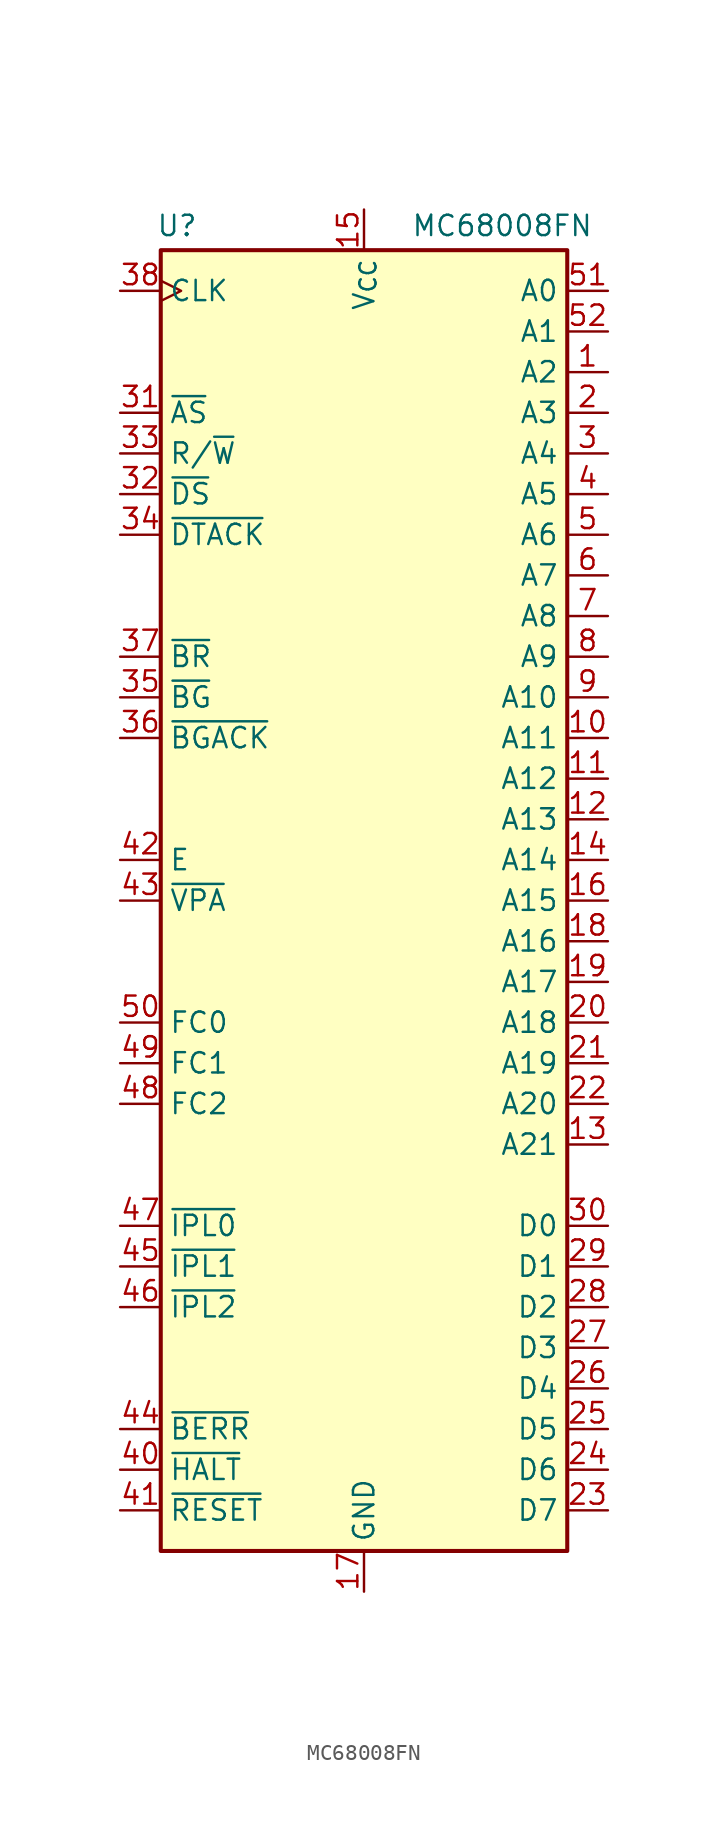
<source format=kicad_sym>
(kicad_symbol_lib
  (version 20241209)
  (generator "kicad_symbol_editor")
  (generator_version "9.0")
  (symbol "MC68008FN"
    (property "Reference" "U"
      (at -11.684 42.164 0)
      (effects (font (size 1.27 1.27))))
    (property "Value" "MC68008FN"
      (at 8.636 42.164 0)
      (effects (font (size 1.27 1.27))))
    (symbol "MC68008FN_0_1"
      (rectangle (start -12.7 40.64) (end 12.7 -40.64) (stroke (width 0.254) (type default)) (fill (type background))))
    (symbol "MC68008FN_1_1"
      (pin input clock (at -15.24 38.1 0) (length 2.54) (name "CLK" (effects (font (size 1.27 1.27)))) (number "38" (effects (font (size 1.27 1.27)))))
      (pin tri_state line (at -15.24 30.48 0) (length 2.54) (name "~{AS}" (effects (font (size 1.27 1.27)))) (number "31" (effects (font (size 1.27 1.27)))))
      (pin tri_state line (at -15.24 27.94 0) (length 2.54) (name "R/~{W}" (effects (font (size 1.27 1.27)))) (number "33" (effects (font (size 1.27 1.27)))))
      (pin tri_state line (at -15.24 25.4 0) (length 2.54) (name "~{DS}" (effects (font (size 1.27 1.27)))) (number "32" (effects (font (size 1.27 1.27)))))
      (pin input line (at -15.24 22.86 0) (length 2.54) (name "~{DTACK}" (effects (font (size 1.27 1.27)))) (number "34" (effects (font (size 1.27 1.27)))))
      (pin input line (at -15.24 15.24 0) (length 2.54) (name "~{BR}" (effects (font (size 1.27 1.27)))) (number "37" (effects (font (size 1.27 1.27)))))
      (pin output line (at -15.24 12.7 0) (length 2.54) (name "~{BG}" (effects (font (size 1.27 1.27)))) (number "35" (effects (font (size 1.27 1.27)))))
      (pin input line (at -15.24 10.16 0) (length 2.54) (name "~{BGACK}" (effects (font (size 1.27 1.27)))) (number "36" (effects (font (size 1.27 1.27)))))
      (pin output line (at -15.24 2.54 0) (length 2.54) (name "E" (effects (font (size 1.27 1.27)))) (number "42" (effects (font (size 1.27 1.27)))))
      (pin input line (at -15.24 0 0) (length 2.54) (name "~{VPA}" (effects (font (size 1.27 1.27)))) (number "43" (effects (font (size 1.27 1.27)))))
      (pin tri_state line (at -15.24 -7.62 0) (length 2.54) (name "FC0" (effects (font (size 1.27 1.27)))) (number "50" (effects (font (size 1.27 1.27)))))
      (pin tri_state line (at -15.24 -10.16 0) (length 2.54) (name "FC1" (effects (font (size 1.27 1.27)))) (number "49" (effects (font (size 1.27 1.27)))))
      (pin tri_state line (at -15.24 -12.7 0) (length 2.54) (name "FC2" (effects (font (size 1.27 1.27)))) (number "48" (effects (font (size 1.27 1.27)))))
      (pin input line (at -15.24 -20.32 0) (length 2.54) (name "~{IPL0}" (effects (font (size 1.27 1.27)))) (number "47" (effects (font (size 1.27 1.27)))))
      (pin input line (at -15.24 -22.86 0) (length 2.54) (name "~{IPL1}" (effects (font (size 1.27 1.27)))) (number "45" (effects (font (size 1.27 1.27)))))
      (pin input line (at -15.24 -25.4 0) (length 2.54) (name "~{IPL2}" (effects (font (size 1.27 1.27)))) (number "46" (effects (font (size 1.27 1.27)))))
      (pin input line (at -15.24 -33.02 0) (length 2.54) (name "~{BERR}" (effects (font (size 1.27 1.27)))) (number "44" (effects (font (size 1.27 1.27)))))
      (pin bidirectional line (at -15.24 -35.56 0) (length 2.54) (name "~{HALT}" (effects (font (size 1.27 1.27)))) (number "40" (effects (font (size 1.27 1.27)))))
      (pin bidirectional line (at -15.24 -38.1 0) (length 2.54) (name "~{RESET}" (effects (font (size 1.27 1.27)))) (number "41" (effects (font (size 1.27 1.27)))))
      (pin power_in line (at 0 43.18 270) (length 2.54) (name "V_{CC}" (effects (font (size 1.27 1.27)))) (number "15" (effects (font (size 1.27 1.27)))))
      (pin power_in line (at 0 -43.18 90) (length 2.54) (name "GND" (effects (font (size 1.27 1.27)))) (number "17" (effects (font (size 1.27 1.27)))))
      (pin passive line (at 0 -43.18 90) (length 2.54) (hide yes) (name "GND" (effects (font (size 1.27 1.27)))) (number "39" (effects (font (size 1.27 1.27)))))
      (pin tri_state line (at 15.24 38.1 180) (length 2.54) (name "A0" (effects (font (size 1.27 1.27)))) (number "51" (effects (font (size 1.27 1.27)))))
      (pin tri_state line (at 15.24 35.56 180) (length 2.54) (name "A1" (effects (font (size 1.27 1.27)))) (number "52" (effects (font (size 1.27 1.27)))))
      (pin tri_state line (at 15.24 33.02 180) (length 2.54) (name "A2" (effects (font (size 1.27 1.27)))) (number "1" (effects (font (size 1.27 1.27)))))
      (pin tri_state line (at 15.24 30.48 180) (length 2.54) (name "A3" (effects (font (size 1.27 1.27)))) (number "2" (effects (font (size 1.27 1.27)))))
      (pin tri_state line (at 15.24 27.94 180) (length 2.54) (name "A4" (effects (font (size 1.27 1.27)))) (number "3" (effects (font (size 1.27 1.27)))))
      (pin tri_state line (at 15.24 25.4 180) (length 2.54) (name "A5" (effects (font (size 1.27 1.27)))) (number "4" (effects (font (size 1.27 1.27)))))
      (pin tri_state line (at 15.24 22.86 180) (length 2.54) (name "A6" (effects (font (size 1.27 1.27)))) (number "5" (effects (font (size 1.27 1.27)))))
      (pin tri_state line (at 15.24 20.32 180) (length 2.54) (name "A7" (effects (font (size 1.27 1.27)))) (number "6" (effects (font (size 1.27 1.27)))))
      (pin tri_state line (at 15.24 17.78 180) (length 2.54) (name "A8" (effects (font (size 1.27 1.27)))) (number "7" (effects (font (size 1.27 1.27)))))
      (pin tri_state line (at 15.24 15.24 180) (length 2.54) (name "A9" (effects (font (size 1.27 1.27)))) (number "8" (effects (font (size 1.27 1.27)))))
      (pin tri_state line (at 15.24 12.7 180) (length 2.54) (name "A10" (effects (font (size 1.27 1.27)))) (number "9" (effects (font (size 1.27 1.27)))))
      (pin tri_state line (at 15.24 10.16 180) (length 2.54) (name "A11" (effects (font (size 1.27 1.27)))) (number "10" (effects (font (size 1.27 1.27)))))
      (pin tri_state line (at 15.24 7.62 180) (length 2.54) (name "A12" (effects (font (size 1.27 1.27)))) (number "11" (effects (font (size 1.27 1.27)))))
      (pin tri_state line (at 15.24 5.08 180) (length 2.54) (name "A13" (effects (font (size 1.27 1.27)))) (number "12" (effects (font (size 1.27 1.27)))))
      (pin tri_state line (at 15.24 2.54 180) (length 2.54) (name "A14" (effects (font (size 1.27 1.27)))) (number "14" (effects (font (size 1.27 1.27)))))
      (pin tri_state line (at 15.24 0 180) (length 2.54) (name "A15" (effects (font (size 1.27 1.27)))) (number "16" (effects (font (size 1.27 1.27)))))
      (pin tri_state line (at 15.24 -2.54 180) (length 2.54) (name "A16" (effects (font (size 1.27 1.27)))) (number "18" (effects (font (size 1.27 1.27)))))
      (pin tri_state line (at 15.24 -5.08 180) (length 2.54) (name "A17" (effects (font (size 1.27 1.27)))) (number "19" (effects (font (size 1.27 1.27)))))
      (pin tri_state line (at 15.24 -7.62 180) (length 2.54) (name "A18" (effects (font (size 1.27 1.27)))) (number "20" (effects (font (size 1.27 1.27)))))
      (pin tri_state line (at 15.24 -10.16 180) (length 2.54) (name "A19" (effects (font (size 1.27 1.27)))) (number "21" (effects (font (size 1.27 1.27)))))
      (pin tri_state line (at 15.24 -12.7 180) (length 2.54) (name "A20" (effects (font (size 1.27 1.27)))) (number "22" (effects (font (size 1.27 1.27)))))
      (pin tri_state line (at 15.24 -15.24 180) (length 2.54) (name "A21" (effects (font (size 1.27 1.27)))) (number "13" (effects (font (size 1.27 1.27)))))
      (pin bidirectional line (at 15.24 -20.32 180) (length 2.54) (name "D0" (effects (font (size 1.27 1.27)))) (number "30" (effects (font (size 1.27 1.27)))))
      (pin bidirectional line (at 15.24 -22.86 180) (length 2.54) (name "D1" (effects (font (size 1.27 1.27)))) (number "29" (effects (font (size 1.27 1.27)))))
      (pin bidirectional line (at 15.24 -25.4 180) (length 2.54) (name "D2" (effects (font (size 1.27 1.27)))) (number "28" (effects (font (size 1.27 1.27)))))
      (pin bidirectional line (at 15.24 -27.94 180) (length 2.54) (name "D3" (effects (font (size 1.27 1.27)))) (number "27" (effects (font (size 1.27 1.27)))))
      (pin bidirectional line (at 15.24 -30.48 180) (length 2.54) (name "D4" (effects (font (size 1.27 1.27)))) (number "26" (effects (font (size 1.27 1.27)))))
      (pin bidirectional line (at 15.24 -33.02 180) (length 2.54) (name "D5" (effects (font (size 1.27 1.27)))) (number "25" (effects (font (size 1.27 1.27)))))
      (pin bidirectional line (at 15.24 -35.56 180) (length 2.54) (name "D6" (effects (font (size 1.27 1.27)))) (number "24" (effects (font (size 1.27 1.27)))))
      (pin bidirectional line (at 15.24 -38.1 180) (length 2.54) (name "D7" (effects (font (size 1.27 1.27)))) (number "23" (effects (font (size 1.27 1.27))))))))
</source>
